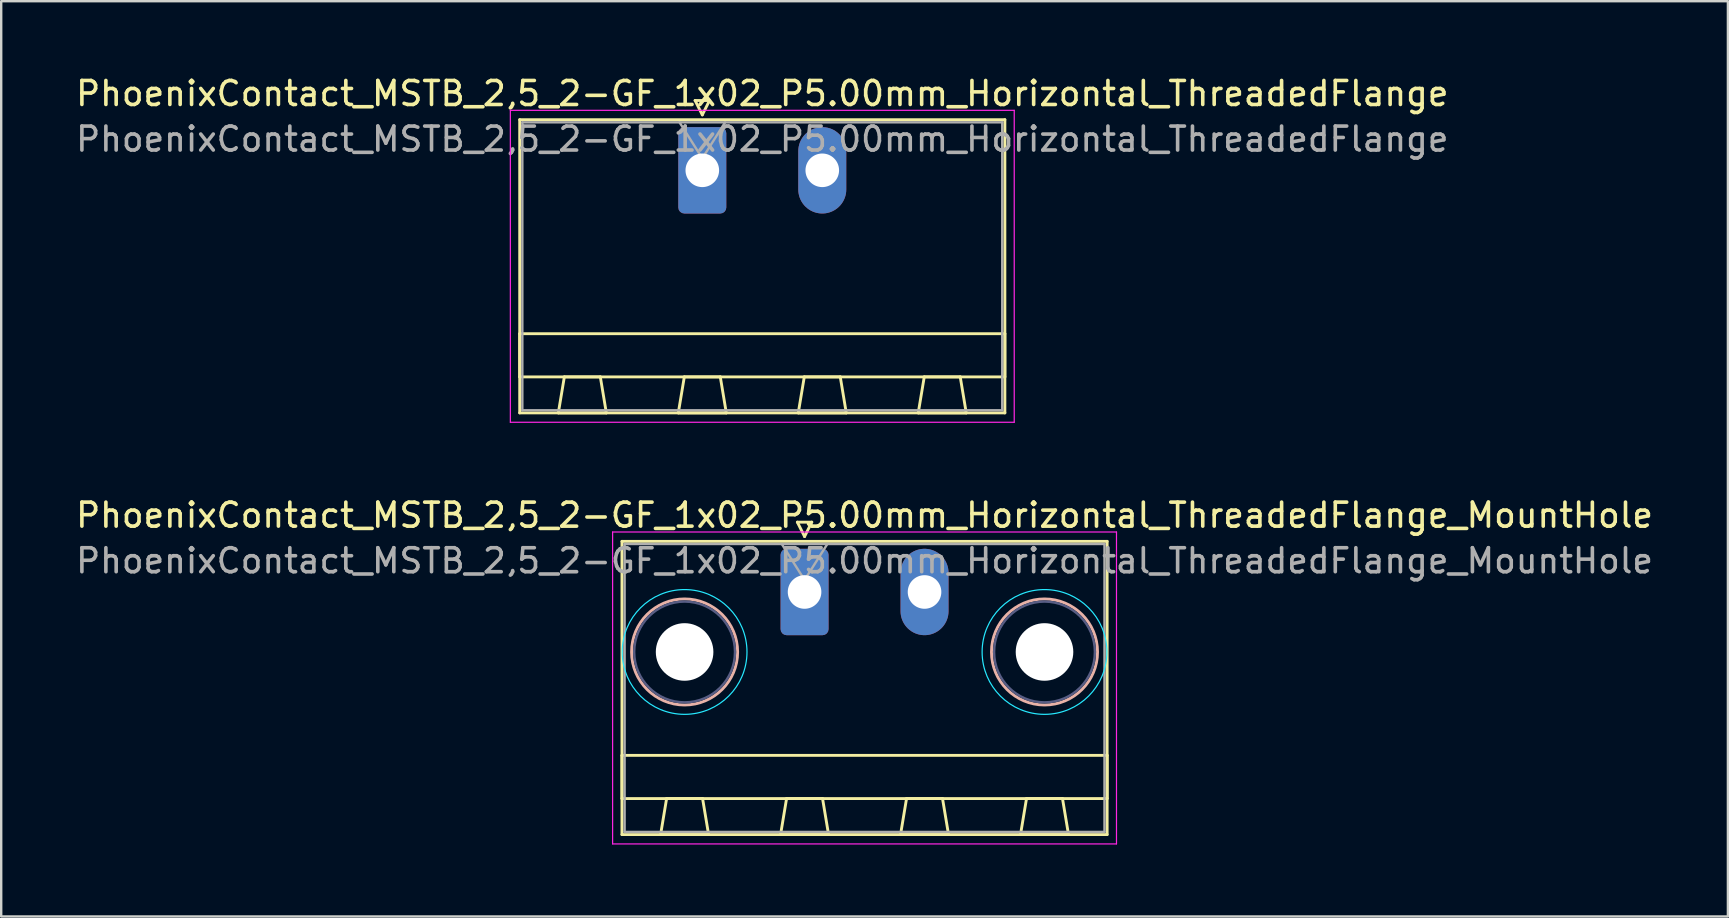
<source format=kicad_pcb>
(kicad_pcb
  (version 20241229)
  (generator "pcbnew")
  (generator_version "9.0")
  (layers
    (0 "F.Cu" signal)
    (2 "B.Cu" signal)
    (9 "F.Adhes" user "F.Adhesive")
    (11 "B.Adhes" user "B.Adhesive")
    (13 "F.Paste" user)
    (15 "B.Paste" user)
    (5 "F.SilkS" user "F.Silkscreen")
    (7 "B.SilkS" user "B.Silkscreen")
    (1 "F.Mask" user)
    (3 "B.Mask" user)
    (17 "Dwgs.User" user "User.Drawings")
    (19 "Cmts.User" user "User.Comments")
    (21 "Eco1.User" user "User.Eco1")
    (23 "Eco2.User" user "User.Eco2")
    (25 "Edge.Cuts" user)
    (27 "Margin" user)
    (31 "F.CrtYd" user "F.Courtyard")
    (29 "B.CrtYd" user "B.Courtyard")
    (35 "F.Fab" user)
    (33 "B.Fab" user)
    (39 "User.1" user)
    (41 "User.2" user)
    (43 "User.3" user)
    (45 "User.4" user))
  (footprint "PhoenixContact_MSTB_2,5_2-GF_1x02_P5.00mm_Horizontal_ThreadedFlange_MountHole"
    (layer "F.Cu")
    (at 30.482 21.622)
    (property "Reference" "PhoenixContact_MSTB_2,5_2-GF_1x02_P5.00mm_Horizontal_ThreadedFlange_MountHole" (at 2.5 -3.2 0) (layer "F.SilkS") (effects (font (size 1 1) (thickness 0.15))))
    (attr through_hole)
    (fp_line (start -7.61 -2.11) (end -7.61 10.11) (stroke (width 0.12) (type solid)) (layer "F.SilkS"))
    (fp_line (start -7.61 6.81) (end 12.61 6.81) (stroke (width 0.12) (type solid)) (layer "F.SilkS"))
    (fp_line (start -7.61 8.61) (end -7.61 6.81) (stroke (width 0.12) (type solid)) (layer "F.SilkS"))
    (fp_line (start -7.61 10.11) (end 12.61 10.11) (stroke (width 0.12) (type solid)) (layer "F.SilkS"))
    (fp_line (start -6 10.11) (end -4 10.11) (stroke (width 0.12) (type solid)) (layer "F.SilkS"))
    (fp_line (start -5.75 8.61) (end -6 10.11) (stroke (width 0.12) (type solid)) (layer "F.SilkS"))
    (fp_line (start -4.25 8.61) (end -5.75 8.61) (stroke (width 0.12) (type solid)) (layer "F.SilkS"))
    (fp_line (start -4 10.11) (end -4.25 8.61) (stroke (width 0.12) (type solid)) (layer "F.SilkS"))
    (fp_line (start -1 10.11) (end 1 10.11) (stroke (width 0.12) (type solid)) (layer "F.SilkS"))
    (fp_line (start -0.75 8.61) (end -1 10.11) (stroke (width 0.12) (type solid)) (layer "F.SilkS"))
    (fp_line (start -0.3 -2.91) (end 0.3 -2.91) (stroke (width 0.12) (type solid)) (layer "F.SilkS"))
    (fp_line (start 0 -2.31) (end -0.3 -2.91) (stroke (width 0.12) (type solid)) (layer "F.SilkS"))
    (fp_line (start 0.3 -2.91) (end 0 -2.31) (stroke (width 0.12) (type solid)) (layer "F.SilkS"))
    (fp_line (start 0.75 8.61) (end -0.75 8.61) (stroke (width 0.12) (type solid)) (layer "F.SilkS"))
    (fp_line (start 1 10.11) (end 0.75 8.61) (stroke (width 0.12) (type solid)) (layer "F.SilkS"))
    (fp_line (start 4 10.11) (end 6 10.11) (stroke (width 0.12) (type solid)) (layer "F.SilkS"))
    (fp_line (start 4.25 8.61) (end 4 10.11) (stroke (width 0.12) (type solid)) (layer "F.SilkS"))
    (fp_line (start 5.75 8.61) (end 4.25 8.61) (stroke (width 0.12) (type solid)) (layer "F.SilkS"))
    (fp_line (start 6 10.11) (end 5.75 8.61) (stroke (width 0.12) (type solid)) (layer "F.SilkS"))
    (fp_line (start 9 10.11) (end 11 10.11) (stroke (width 0.12) (type solid)) (layer "F.SilkS"))
    (fp_line (start 9.25 8.61) (end 9 10.11) (stroke (width 0.12) (type solid)) (layer "F.SilkS"))
    (fp_line (start 10.75 8.61) (end 9.25 8.61) (stroke (width 0.12) (type solid)) (layer "F.SilkS"))
    (fp_line (start 11 10.11) (end 10.75 8.61) (stroke (width 0.12) (type solid)) (layer "F.SilkS"))
    (fp_line (start 12.61 -2.11) (end -7.61 -2.11) (stroke (width 0.12) (type solid)) (layer "F.SilkS"))
    (fp_line (start 12.61 6.81) (end 12.61 8.61) (stroke (width 0.12) (type solid)) (layer "F.SilkS"))
    (fp_line (start 12.61 8.61) (end -7.61 8.61) (stroke (width 0.12) (type solid)) (layer "F.SilkS"))
    (fp_line (start 12.61 10.11) (end 12.61 -2.11) (stroke (width 0.12) (type solid)) (layer "F.SilkS"))
    (fp_circle (center -5 2.5) (end -2.79 2.5) (stroke (width 0.12) (type solid)) (fill no) (layer "B.SilkS"))
    (fp_circle (center 10 2.5) (end 12.21 2.5) (stroke (width 0.12) (type solid)) (fill no) (layer "B.SilkS"))
    (fp_circle (center -5 2.5) (end -2.4 2.5) (stroke (width 0.05) (type solid)) (fill no) (layer "B.CrtYd"))
    (fp_circle (center 10 2.5) (end 12.6 2.5) (stroke (width 0.05) (type solid)) (fill no) (layer "B.CrtYd"))
    (fp_line (start -8 -2.5) (end -8 10.5) (stroke (width 0.05) (type solid)) (layer "F.CrtYd"))
    (fp_line (start -8 10.5) (end 13 10.5) (stroke (width 0.05) (type solid)) (layer "F.CrtYd"))
    (fp_line (start 13 -2.5) (end -8 -2.5) (stroke (width 0.05) (type solid)) (layer "F.CrtYd"))
    (fp_line (start 13 10.5) (end 13 -2.5) (stroke (width 0.05) (type solid)) (layer "F.CrtYd"))
    (fp_circle (center -5 2.5) (end -2.9 2.5) (stroke (width 0.1) (type solid)) (fill no) (layer "B.Fab"))
    (fp_circle (center 10 2.5) (end 12.1 2.5) (stroke (width 0.1) (type solid)) (fill no) (layer "B.Fab"))
    (fp_line (start -7.5 -2) (end -7.5 10) (stroke (width 0.1) (type solid)) (layer "F.Fab"))
    (fp_line (start -7.5 10) (end 12.5 10) (stroke (width 0.1) (type solid)) (layer "F.Fab"))
    (fp_line (start 0 -0.5) (end -0.95 -2) (stroke (width 0.1) (type solid)) (layer "F.Fab"))
    (fp_line (start 0.95 -2) (end 0 -0.5) (stroke (width 0.1) (type solid)) (layer "F.Fab"))
    (fp_line (start 12.5 -2) (end -7.5 -2) (stroke (width 0.1) (type solid)) (layer "F.Fab"))
    (fp_line (start 12.5 10) (end 12.5 -2) (stroke (width 0.1) (type solid)) (layer "F.Fab"))
    (fp_text user "${REFERENCE}" (at 2.5 -1.3 0) (layer "F.Fab") (effects (font (size 1 1) (thickness 0.15))))
    (pad "" np_thru_hole circle (at -5 2.5) (size 2.4 2.4) (drill 2.4) (layers "*.Cu" "*.Mask"))
    (pad "" np_thru_hole circle (at 10 2.5) (size 2.4 2.4) (drill 2.4) (layers "*.Cu" "*.Mask"))
    (pad "1" thru_hole roundrect (at 0 0) (size 2 3.6) (drill 1.4) (layers "*.Cu" "*.Mask") (roundrect_rratio 0.125))
    (pad "2" thru_hole oval (at 5 0) (size 2 3.6) (drill 1.4) (layers "*.Cu" "*.Mask")))
  (footprint "PhoenixContact_MSTB_2,5_2-GF_1x02_P5.00mm_Horizontal_ThreadedFlange"
    (layer "F.Cu")
    (at 26.22 4.048)
    (property "Reference" "PhoenixContact_MSTB_2,5_2-GF_1x02_P5.00mm_Horizontal_ThreadedFlange" (at 2.5 -3.2 0) (layer "F.SilkS") (effects (font (size 1 1) (thickness 0.15))))
    (attr through_hole)
    (fp_line (start -7.61 -2.11) (end -7.61 10.11) (stroke (width 0.12) (type solid)) (layer "F.SilkS"))
    (fp_line (start -7.61 6.81) (end 12.61 6.81) (stroke (width 0.12) (type solid)) (layer "F.SilkS"))
    (fp_line (start -7.61 8.61) (end -7.61 6.81) (stroke (width 0.12) (type solid)) (layer "F.SilkS"))
    (fp_line (start -7.61 10.11) (end 12.61 10.11) (stroke (width 0.12) (type solid)) (layer "F.SilkS"))
    (fp_line (start -6 10.11) (end -4 10.11) (stroke (width 0.12) (type solid)) (layer "F.SilkS"))
    (fp_line (start -5.75 8.61) (end -6 10.11) (stroke (width 0.12) (type solid)) (layer "F.SilkS"))
    (fp_line (start -4.25 8.61) (end -5.75 8.61) (stroke (width 0.12) (type solid)) (layer "F.SilkS"))
    (fp_line (start -4 10.11) (end -4.25 8.61) (stroke (width 0.12) (type solid)) (layer "F.SilkS"))
    (fp_line (start -1 10.11) (end 1 10.11) (stroke (width 0.12) (type solid)) (layer "F.SilkS"))
    (fp_line (start -0.75 8.61) (end -1 10.11) (stroke (width 0.12) (type solid)) (layer "F.SilkS"))
    (fp_line (start -0.3 -2.91) (end 0.3 -2.91) (stroke (width 0.12) (type solid)) (layer "F.SilkS"))
    (fp_line (start 0 -2.31) (end -0.3 -2.91) (stroke (width 0.12) (type solid)) (layer "F.SilkS"))
    (fp_line (start 0.3 -2.91) (end 0 -2.31) (stroke (width 0.12) (type solid)) (layer "F.SilkS"))
    (fp_line (start 0.75 8.61) (end -0.75 8.61) (stroke (width 0.12) (type solid)) (layer "F.SilkS"))
    (fp_line (start 1 10.11) (end 0.75 8.61) (stroke (width 0.12) (type solid)) (layer "F.SilkS"))
    (fp_line (start 4 10.11) (end 6 10.11) (stroke (width 0.12) (type solid)) (layer "F.SilkS"))
    (fp_line (start 4.25 8.61) (end 4 10.11) (stroke (width 0.12) (type solid)) (layer "F.SilkS"))
    (fp_line (start 5.75 8.61) (end 4.25 8.61) (stroke (width 0.12) (type solid)) (layer "F.SilkS"))
    (fp_line (start 6 10.11) (end 5.75 8.61) (stroke (width 0.12) (type solid)) (layer "F.SilkS"))
    (fp_line (start 9 10.11) (end 11 10.11) (stroke (width 0.12) (type solid)) (layer "F.SilkS"))
    (fp_line (start 9.25 8.61) (end 9 10.11) (stroke (width 0.12) (type solid)) (layer "F.SilkS"))
    (fp_line (start 10.75 8.61) (end 9.25 8.61) (stroke (width 0.12) (type solid)) (layer "F.SilkS"))
    (fp_line (start 11 10.11) (end 10.75 8.61) (stroke (width 0.12) (type solid)) (layer "F.SilkS"))
    (fp_line (start 12.61 -2.11) (end -7.61 -2.11) (stroke (width 0.12) (type solid)) (layer "F.SilkS"))
    (fp_line (start 12.61 6.81) (end 12.61 8.61) (stroke (width 0.12) (type solid)) (layer "F.SilkS"))
    (fp_line (start 12.61 8.61) (end -7.61 8.61) (stroke (width 0.12) (type solid)) (layer "F.SilkS"))
    (fp_line (start 12.61 10.11) (end 12.61 -2.11) (stroke (width 0.12) (type solid)) (layer "F.SilkS"))
    (fp_line (start -8 -2.5) (end -8 10.5) (stroke (width 0.05) (type solid)) (layer "F.CrtYd"))
    (fp_line (start -8 10.5) (end 13 10.5) (stroke (width 0.05) (type solid)) (layer "F.CrtYd"))
    (fp_line (start 13 -2.5) (end -8 -2.5) (stroke (width 0.05) (type solid)) (layer "F.CrtYd"))
    (fp_line (start 13 10.5) (end 13 -2.5) (stroke (width 0.05) (type solid)) (layer "F.CrtYd"))
    (fp_line (start -7.5 -2) (end -7.5 10) (stroke (width 0.1) (type solid)) (layer "F.Fab"))
    (fp_line (start -7.5 10) (end 12.5 10) (stroke (width 0.1) (type solid)) (layer "F.Fab"))
    (fp_line (start 0 -0.5) (end -0.95 -2) (stroke (width 0.1) (type solid)) (layer "F.Fab"))
    (fp_line (start 0.95 -2) (end 0 -0.5) (stroke (width 0.1) (type solid)) (layer "F.Fab"))
    (fp_line (start 12.5 -2) (end -7.5 -2) (stroke (width 0.1) (type solid)) (layer "F.Fab"))
    (fp_line (start 12.5 10) (end 12.5 -2) (stroke (width 0.1) (type solid)) (layer "F.Fab"))
    (fp_text user "${REFERENCE}" (at 2.5 -1.3 0) (layer "F.Fab") (effects (font (size 1 1) (thickness 0.15))))
    (pad "1" thru_hole roundrect (at 0 0) (size 2 3.6) (drill 1.4) (layers "*.Cu" "*.Mask") (roundrect_rratio 0.125))
    (pad "2" thru_hole oval (at 5 0) (size 2 3.6) (drill 1.4) (layers "*.Cu" "*.Mask")))
  (gr_rect
    (start -3 -3)
    (end 68.964 35.147)
    (stroke (width 0.1) (type default))
    (fill no)
    (layer "Edge.Cuts")))
</source>
